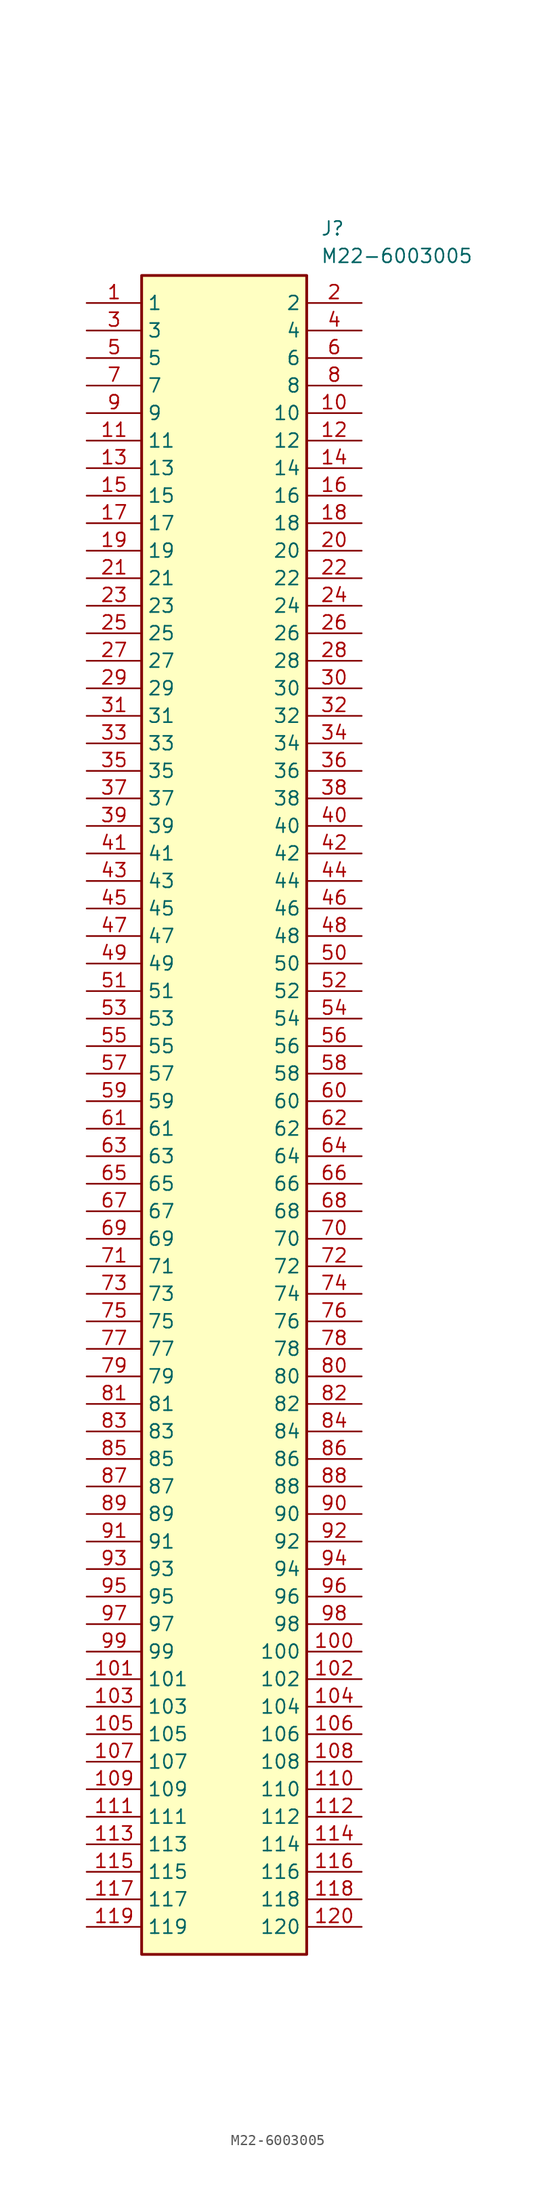
<source format=kicad_sym>
(kicad_symbol_lib
  (version 20211014)
  (generator SamacSys_ECAD_Model)
  (symbol "M22-6003005"
    (property "Reference" "J"
      (at 21.59 7.62 0)
      (effects (font (size 1.27 1.27)) (justify left top)))
    (property "Value" "M22-6003005"
      (at 21.59 5.08 0)
      (effects (font (size 1.27 1.27)) (justify left top)))
    (rectangle
      (start 5.08 2.54)
      (end 20.32 -152.4)
      (stroke (width 0.254) (type default))
      (fill (type background)))
    (pin passive line
      (at 0 0 0)
      (length 5.08)
      (name "1" (effects (font (size 1.27 1.27))))
      (number "1" (effects (font (size 1.27 1.27)))))
    (pin passive line
      (at 0 -2.54 0)
      (length 5.08)
      (name "3" (effects (font (size 1.27 1.27))))
      (number "3" (effects (font (size 1.27 1.27)))))
    (pin passive line
      (at 0 -5.08 0)
      (length 5.08)
      (name "5" (effects (font (size 1.27 1.27))))
      (number "5" (effects (font (size 1.27 1.27)))))
    (pin passive line
      (at 0 -7.62 0)
      (length 5.08)
      (name "7" (effects (font (size 1.27 1.27))))
      (number "7" (effects (font (size 1.27 1.27)))))
    (pin passive line
      (at 0 -10.16 0)
      (length 5.08)
      (name "9" (effects (font (size 1.27 1.27))))
      (number "9" (effects (font (size 1.27 1.27)))))
    (pin passive line
      (at 0 -12.7 0)
      (length 5.08)
      (name "11" (effects (font (size 1.27 1.27))))
      (number "11" (effects (font (size 1.27 1.27)))))
    (pin passive line
      (at 0 -15.24 0)
      (length 5.08)
      (name "13" (effects (font (size 1.27 1.27))))
      (number "13" (effects (font (size 1.27 1.27)))))
    (pin passive line
      (at 0 -17.78 0)
      (length 5.08)
      (name "15" (effects (font (size 1.27 1.27))))
      (number "15" (effects (font (size 1.27 1.27)))))
    (pin passive line
      (at 0 -20.32 0)
      (length 5.08)
      (name "17" (effects (font (size 1.27 1.27))))
      (number "17" (effects (font (size 1.27 1.27)))))
    (pin passive line
      (at 0 -22.86 0)
      (length 5.08)
      (name "19" (effects (font (size 1.27 1.27))))
      (number "19" (effects (font (size 1.27 1.27)))))
    (pin passive line
      (at 0 -25.4 0)
      (length 5.08)
      (name "21" (effects (font (size 1.27 1.27))))
      (number "21" (effects (font (size 1.27 1.27)))))
    (pin passive line
      (at 0 -27.94 0)
      (length 5.08)
      (name "23" (effects (font (size 1.27 1.27))))
      (number "23" (effects (font (size 1.27 1.27)))))
    (pin passive line
      (at 0 -30.48 0)
      (length 5.08)
      (name "25" (effects (font (size 1.27 1.27))))
      (number "25" (effects (font (size 1.27 1.27)))))
    (pin passive line
      (at 0 -33.02 0)
      (length 5.08)
      (name "27" (effects (font (size 1.27 1.27))))
      (number "27" (effects (font (size 1.27 1.27)))))
    (pin passive line
      (at 0 -35.56 0)
      (length 5.08)
      (name "29" (effects (font (size 1.27 1.27))))
      (number "29" (effects (font (size 1.27 1.27)))))
    (pin passive line
      (at 0 -38.1 0)
      (length 5.08)
      (name "31" (effects (font (size 1.27 1.27))))
      (number "31" (effects (font (size 1.27 1.27)))))
    (pin passive line
      (at 0 -40.64 0)
      (length 5.08)
      (name "33" (effects (font (size 1.27 1.27))))
      (number "33" (effects (font (size 1.27 1.27)))))
    (pin passive line
      (at 0 -43.18 0)
      (length 5.08)
      (name "35" (effects (font (size 1.27 1.27))))
      (number "35" (effects (font (size 1.27 1.27)))))
    (pin passive line
      (at 0 -45.72 0)
      (length 5.08)
      (name "37" (effects (font (size 1.27 1.27))))
      (number "37" (effects (font (size 1.27 1.27)))))
    (pin passive line
      (at 0 -48.26 0)
      (length 5.08)
      (name "39" (effects (font (size 1.27 1.27))))
      (number "39" (effects (font (size 1.27 1.27)))))
    (pin passive line
      (at 0 -50.8 0)
      (length 5.08)
      (name "41" (effects (font (size 1.27 1.27))))
      (number "41" (effects (font (size 1.27 1.27)))))
    (pin passive line
      (at 0 -53.34 0)
      (length 5.08)
      (name "43" (effects (font (size 1.27 1.27))))
      (number "43" (effects (font (size 1.27 1.27)))))
    (pin passive line
      (at 0 -55.88 0)
      (length 5.08)
      (name "45" (effects (font (size 1.27 1.27))))
      (number "45" (effects (font (size 1.27 1.27)))))
    (pin passive line
      (at 0 -58.42 0)
      (length 5.08)
      (name "47" (effects (font (size 1.27 1.27))))
      (number "47" (effects (font (size 1.27 1.27)))))
    (pin passive line
      (at 0 -60.96 0)
      (length 5.08)
      (name "49" (effects (font (size 1.27 1.27))))
      (number "49" (effects (font (size 1.27 1.27)))))
    (pin passive line
      (at 0 -63.5 0)
      (length 5.08)
      (name "51" (effects (font (size 1.27 1.27))))
      (number "51" (effects (font (size 1.27 1.27)))))
    (pin passive line
      (at 0 -66.04 0)
      (length 5.08)
      (name "53" (effects (font (size 1.27 1.27))))
      (number "53" (effects (font (size 1.27 1.27)))))
    (pin passive line
      (at 0 -68.58 0)
      (length 5.08)
      (name "55" (effects (font (size 1.27 1.27))))
      (number "55" (effects (font (size 1.27 1.27)))))
    (pin passive line
      (at 0 -71.12 0)
      (length 5.08)
      (name "57" (effects (font (size 1.27 1.27))))
      (number "57" (effects (font (size 1.27 1.27)))))
    (pin passive line
      (at 0 -73.66 0)
      (length 5.08)
      (name "59" (effects (font (size 1.27 1.27))))
      (number "59" (effects (font (size 1.27 1.27)))))
    (pin passive line
      (at 0 -76.2 0)
      (length 5.08)
      (name "61" (effects (font (size 1.27 1.27))))
      (number "61" (effects (font (size 1.27 1.27)))))
    (pin passive line
      (at 0 -78.74 0)
      (length 5.08)
      (name "63" (effects (font (size 1.27 1.27))))
      (number "63" (effects (font (size 1.27 1.27)))))
    (pin passive line
      (at 0 -81.28 0)
      (length 5.08)
      (name "65" (effects (font (size 1.27 1.27))))
      (number "65" (effects (font (size 1.27 1.27)))))
    (pin passive line
      (at 0 -83.82 0)
      (length 5.08)
      (name "67" (effects (font (size 1.27 1.27))))
      (number "67" (effects (font (size 1.27 1.27)))))
    (pin passive line
      (at 0 -86.36 0)
      (length 5.08)
      (name "69" (effects (font (size 1.27 1.27))))
      (number "69" (effects (font (size 1.27 1.27)))))
    (pin passive line
      (at 0 -88.9 0)
      (length 5.08)
      (name "71" (effects (font (size 1.27 1.27))))
      (number "71" (effects (font (size 1.27 1.27)))))
    (pin passive line
      (at 0 -91.44 0)
      (length 5.08)
      (name "73" (effects (font (size 1.27 1.27))))
      (number "73" (effects (font (size 1.27 1.27)))))
    (pin passive line
      (at 0 -93.98 0)
      (length 5.08)
      (name "75" (effects (font (size 1.27 1.27))))
      (number "75" (effects (font (size 1.27 1.27)))))
    (pin passive line
      (at 0 -96.52 0)
      (length 5.08)
      (name "77" (effects (font (size 1.27 1.27))))
      (number "77" (effects (font (size 1.27 1.27)))))
    (pin passive line
      (at 0 -99.06 0)
      (length 5.08)
      (name "79" (effects (font (size 1.27 1.27))))
      (number "79" (effects (font (size 1.27 1.27)))))
    (pin passive line
      (at 0 -101.6 0)
      (length 5.08)
      (name "81" (effects (font (size 1.27 1.27))))
      (number "81" (effects (font (size 1.27 1.27)))))
    (pin passive line
      (at 0 -104.14 0)
      (length 5.08)
      (name "83" (effects (font (size 1.27 1.27))))
      (number "83" (effects (font (size 1.27 1.27)))))
    (pin passive line
      (at 0 -106.68 0)
      (length 5.08)
      (name "85" (effects (font (size 1.27 1.27))))
      (number "85" (effects (font (size 1.27 1.27)))))
    (pin passive line
      (at 0 -109.22 0)
      (length 5.08)
      (name "87" (effects (font (size 1.27 1.27))))
      (number "87" (effects (font (size 1.27 1.27)))))
    (pin passive line
      (at 0 -111.76 0)
      (length 5.08)
      (name "89" (effects (font (size 1.27 1.27))))
      (number "89" (effects (font (size 1.27 1.27)))))
    (pin passive line
      (at 0 -114.3 0)
      (length 5.08)
      (name "91" (effects (font (size 1.27 1.27))))
      (number "91" (effects (font (size 1.27 1.27)))))
    (pin passive line
      (at 0 -116.84 0)
      (length 5.08)
      (name "93" (effects (font (size 1.27 1.27))))
      (number "93" (effects (font (size 1.27 1.27)))))
    (pin passive line
      (at 0 -119.38 0)
      (length 5.08)
      (name "95" (effects (font (size 1.27 1.27))))
      (number "95" (effects (font (size 1.27 1.27)))))
    (pin passive line
      (at 0 -121.92 0)
      (length 5.08)
      (name "97" (effects (font (size 1.27 1.27))))
      (number "97" (effects (font (size 1.27 1.27)))))
    (pin passive line
      (at 0 -124.46 0)
      (length 5.08)
      (name "99" (effects (font (size 1.27 1.27))))
      (number "99" (effects (font (size 1.27 1.27)))))
    (pin passive line
      (at 0 -127 0)
      (length 5.08)
      (name "101" (effects (font (size 1.27 1.27))))
      (number "101" (effects (font (size 1.27 1.27)))))
    (pin passive line
      (at 0 -129.54 0)
      (length 5.08)
      (name "103" (effects (font (size 1.27 1.27))))
      (number "103" (effects (font (size 1.27 1.27)))))
    (pin passive line
      (at 0 -132.08 0)
      (length 5.08)
      (name "105" (effects (font (size 1.27 1.27))))
      (number "105" (effects (font (size 1.27 1.27)))))
    (pin passive line
      (at 0 -134.62 0)
      (length 5.08)
      (name "107" (effects (font (size 1.27 1.27))))
      (number "107" (effects (font (size 1.27 1.27)))))
    (pin passive line
      (at 0 -137.16 0)
      (length 5.08)
      (name "109" (effects (font (size 1.27 1.27))))
      (number "109" (effects (font (size 1.27 1.27)))))
    (pin passive line
      (at 0 -139.7 0)
      (length 5.08)
      (name "111" (effects (font (size 1.27 1.27))))
      (number "111" (effects (font (size 1.27 1.27)))))
    (pin passive line
      (at 0 -142.24 0)
      (length 5.08)
      (name "113" (effects (font (size 1.27 1.27))))
      (number "113" (effects (font (size 1.27 1.27)))))
    (pin passive line
      (at 0 -144.78 0)
      (length 5.08)
      (name "115" (effects (font (size 1.27 1.27))))
      (number "115" (effects (font (size 1.27 1.27)))))
    (pin passive line
      (at 0 -147.32 0)
      (length 5.08)
      (name "117" (effects (font (size 1.27 1.27))))
      (number "117" (effects (font (size 1.27 1.27)))))
    (pin passive line
      (at 0 -149.86 0)
      (length 5.08)
      (name "119" (effects (font (size 1.27 1.27))))
      (number "119" (effects (font (size 1.27 1.27)))))
    (pin passive line
      (at 25.4 0 180)
      (length 5.08)
      (name "2" (effects (font (size 1.27 1.27))))
      (number "2" (effects (font (size 1.27 1.27)))))
    (pin passive line
      (at 25.4 -2.54 180)
      (length 5.08)
      (name "4" (effects (font (size 1.27 1.27))))
      (number "4" (effects (font (size 1.27 1.27)))))
    (pin passive line
      (at 25.4 -5.08 180)
      (length 5.08)
      (name "6" (effects (font (size 1.27 1.27))))
      (number "6" (effects (font (size 1.27 1.27)))))
    (pin passive line
      (at 25.4 -7.62 180)
      (length 5.08)
      (name "8" (effects (font (size 1.27 1.27))))
      (number "8" (effects (font (size 1.27 1.27)))))
    (pin passive line
      (at 25.4 -10.16 180)
      (length 5.08)
      (name "10" (effects (font (size 1.27 1.27))))
      (number "10" (effects (font (size 1.27 1.27)))))
    (pin passive line
      (at 25.4 -12.7 180)
      (length 5.08)
      (name "12" (effects (font (size 1.27 1.27))))
      (number "12" (effects (font (size 1.27 1.27)))))
    (pin passive line
      (at 25.4 -15.24 180)
      (length 5.08)
      (name "14" (effects (font (size 1.27 1.27))))
      (number "14" (effects (font (size 1.27 1.27)))))
    (pin passive line
      (at 25.4 -17.78 180)
      (length 5.08)
      (name "16" (effects (font (size 1.27 1.27))))
      (number "16" (effects (font (size 1.27 1.27)))))
    (pin passive line
      (at 25.4 -20.32 180)
      (length 5.08)
      (name "18" (effects (font (size 1.27 1.27))))
      (number "18" (effects (font (size 1.27 1.27)))))
    (pin passive line
      (at 25.4 -22.86 180)
      (length 5.08)
      (name "20" (effects (font (size 1.27 1.27))))
      (number "20" (effects (font (size 1.27 1.27)))))
    (pin passive line
      (at 25.4 -25.4 180)
      (length 5.08)
      (name "22" (effects (font (size 1.27 1.27))))
      (number "22" (effects (font (size 1.27 1.27)))))
    (pin passive line
      (at 25.4 -27.94 180)
      (length 5.08)
      (name "24" (effects (font (size 1.27 1.27))))
      (number "24" (effects (font (size 1.27 1.27)))))
    (pin passive line
      (at 25.4 -30.48 180)
      (length 5.08)
      (name "26" (effects (font (size 1.27 1.27))))
      (number "26" (effects (font (size 1.27 1.27)))))
    (pin passive line
      (at 25.4 -33.02 180)
      (length 5.08)
      (name "28" (effects (font (size 1.27 1.27))))
      (number "28" (effects (font (size 1.27 1.27)))))
    (pin passive line
      (at 25.4 -35.56 180)
      (length 5.08)
      (name "30" (effects (font (size 1.27 1.27))))
      (number "30" (effects (font (size 1.27 1.27)))))
    (pin passive line
      (at 25.4 -38.1 180)
      (length 5.08)
      (name "32" (effects (font (size 1.27 1.27))))
      (number "32" (effects (font (size 1.27 1.27)))))
    (pin passive line
      (at 25.4 -40.64 180)
      (length 5.08)
      (name "34" (effects (font (size 1.27 1.27))))
      (number "34" (effects (font (size 1.27 1.27)))))
    (pin passive line
      (at 25.4 -43.18 180)
      (length 5.08)
      (name "36" (effects (font (size 1.27 1.27))))
      (number "36" (effects (font (size 1.27 1.27)))))
    (pin passive line
      (at 25.4 -45.72 180)
      (length 5.08)
      (name "38" (effects (font (size 1.27 1.27))))
      (number "38" (effects (font (size 1.27 1.27)))))
    (pin passive line
      (at 25.4 -48.26 180)
      (length 5.08)
      (name "40" (effects (font (size 1.27 1.27))))
      (number "40" (effects (font (size 1.27 1.27)))))
    (pin passive line
      (at 25.4 -50.8 180)
      (length 5.08)
      (name "42" (effects (font (size 1.27 1.27))))
      (number "42" (effects (font (size 1.27 1.27)))))
    (pin passive line
      (at 25.4 -53.34 180)
      (length 5.08)
      (name "44" (effects (font (size 1.27 1.27))))
      (number "44" (effects (font (size 1.27 1.27)))))
    (pin passive line
      (at 25.4 -55.88 180)
      (length 5.08)
      (name "46" (effects (font (size 1.27 1.27))))
      (number "46" (effects (font (size 1.27 1.27)))))
    (pin passive line
      (at 25.4 -58.42 180)
      (length 5.08)
      (name "48" (effects (font (size 1.27 1.27))))
      (number "48" (effects (font (size 1.27 1.27)))))
    (pin passive line
      (at 25.4 -60.96 180)
      (length 5.08)
      (name "50" (effects (font (size 1.27 1.27))))
      (number "50" (effects (font (size 1.27 1.27)))))
    (pin passive line
      (at 25.4 -63.5 180)
      (length 5.08)
      (name "52" (effects (font (size 1.27 1.27))))
      (number "52" (effects (font (size 1.27 1.27)))))
    (pin passive line
      (at 25.4 -66.04 180)
      (length 5.08)
      (name "54" (effects (font (size 1.27 1.27))))
      (number "54" (effects (font (size 1.27 1.27)))))
    (pin passive line
      (at 25.4 -68.58 180)
      (length 5.08)
      (name "56" (effects (font (size 1.27 1.27))))
      (number "56" (effects (font (size 1.27 1.27)))))
    (pin passive line
      (at 25.4 -71.12 180)
      (length 5.08)
      (name "58" (effects (font (size 1.27 1.27))))
      (number "58" (effects (font (size 1.27 1.27)))))
    (pin passive line
      (at 25.4 -73.66 180)
      (length 5.08)
      (name "60" (effects (font (size 1.27 1.27))))
      (number "60" (effects (font (size 1.27 1.27)))))
    (pin passive line
      (at 25.4 -76.2 180)
      (length 5.08)
      (name "62" (effects (font (size 1.27 1.27))))
      (number "62" (effects (font (size 1.27 1.27)))))
    (pin passive line
      (at 25.4 -78.74 180)
      (length 5.08)
      (name "64" (effects (font (size 1.27 1.27))))
      (number "64" (effects (font (size 1.27 1.27)))))
    (pin passive line
      (at 25.4 -81.28 180)
      (length 5.08)
      (name "66" (effects (font (size 1.27 1.27))))
      (number "66" (effects (font (size 1.27 1.27)))))
    (pin passive line
      (at 25.4 -83.82 180)
      (length 5.08)
      (name "68" (effects (font (size 1.27 1.27))))
      (number "68" (effects (font (size 1.27 1.27)))))
    (pin passive line
      (at 25.4 -86.36 180)
      (length 5.08)
      (name "70" (effects (font (size 1.27 1.27))))
      (number "70" (effects (font (size 1.27 1.27)))))
    (pin passive line
      (at 25.4 -88.9 180)
      (length 5.08)
      (name "72" (effects (font (size 1.27 1.27))))
      (number "72" (effects (font (size 1.27 1.27)))))
    (pin passive line
      (at 25.4 -91.44 180)
      (length 5.08)
      (name "74" (effects (font (size 1.27 1.27))))
      (number "74" (effects (font (size 1.27 1.27)))))
    (pin passive line
      (at 25.4 -93.98 180)
      (length 5.08)
      (name "76" (effects (font (size 1.27 1.27))))
      (number "76" (effects (font (size 1.27 1.27)))))
    (pin passive line
      (at 25.4 -96.52 180)
      (length 5.08)
      (name "78" (effects (font (size 1.27 1.27))))
      (number "78" (effects (font (size 1.27 1.27)))))
    (pin passive line
      (at 25.4 -99.06 180)
      (length 5.08)
      (name "80" (effects (font (size 1.27 1.27))))
      (number "80" (effects (font (size 1.27 1.27)))))
    (pin passive line
      (at 25.4 -101.6 180)
      (length 5.08)
      (name "82" (effects (font (size 1.27 1.27))))
      (number "82" (effects (font (size 1.27 1.27)))))
    (pin passive line
      (at 25.4 -104.14 180)
      (length 5.08)
      (name "84" (effects (font (size 1.27 1.27))))
      (number "84" (effects (font (size 1.27 1.27)))))
    (pin passive line
      (at 25.4 -106.68 180)
      (length 5.08)
      (name "86" (effects (font (size 1.27 1.27))))
      (number "86" (effects (font (size 1.27 1.27)))))
    (pin passive line
      (at 25.4 -109.22 180)
      (length 5.08)
      (name "88" (effects (font (size 1.27 1.27))))
      (number "88" (effects (font (size 1.27 1.27)))))
    (pin passive line
      (at 25.4 -111.76 180)
      (length 5.08)
      (name "90" (effects (font (size 1.27 1.27))))
      (number "90" (effects (font (size 1.27 1.27)))))
    (pin passive line
      (at 25.4 -114.3 180)
      (length 5.08)
      (name "92" (effects (font (size 1.27 1.27))))
      (number "92" (effects (font (size 1.27 1.27)))))
    (pin passive line
      (at 25.4 -116.84 180)
      (length 5.08)
      (name "94" (effects (font (size 1.27 1.27))))
      (number "94" (effects (font (size 1.27 1.27)))))
    (pin passive line
      (at 25.4 -119.38 180)
      (length 5.08)
      (name "96" (effects (font (size 1.27 1.27))))
      (number "96" (effects (font (size 1.27 1.27)))))
    (pin passive line
      (at 25.4 -121.92 180)
      (length 5.08)
      (name "98" (effects (font (size 1.27 1.27))))
      (number "98" (effects (font (size 1.27 1.27)))))
    (pin passive line
      (at 25.4 -124.46 180)
      (length 5.08)
      (name "100" (effects (font (size 1.27 1.27))))
      (number "100" (effects (font (size 1.27 1.27)))))
    (pin passive line
      (at 25.4 -127 180)
      (length 5.08)
      (name "102" (effects (font (size 1.27 1.27))))
      (number "102" (effects (font (size 1.27 1.27)))))
    (pin passive line
      (at 25.4 -129.54 180)
      (length 5.08)
      (name "104" (effects (font (size 1.27 1.27))))
      (number "104" (effects (font (size 1.27 1.27)))))
    (pin passive line
      (at 25.4 -132.08 180)
      (length 5.08)
      (name "106" (effects (font (size 1.27 1.27))))
      (number "106" (effects (font (size 1.27 1.27)))))
    (pin passive line
      (at 25.4 -134.62 180)
      (length 5.08)
      (name "108" (effects (font (size 1.27 1.27))))
      (number "108" (effects (font (size 1.27 1.27)))))
    (pin passive line
      (at 25.4 -137.16 180)
      (length 5.08)
      (name "110" (effects (font (size 1.27 1.27))))
      (number "110" (effects (font (size 1.27 1.27)))))
    (pin passive line
      (at 25.4 -139.7 180)
      (length 5.08)
      (name "112" (effects (font (size 1.27 1.27))))
      (number "112" (effects (font (size 1.27 1.27)))))
    (pin passive line
      (at 25.4 -142.24 180)
      (length 5.08)
      (name "114" (effects (font (size 1.27 1.27))))
      (number "114" (effects (font (size 1.27 1.27)))))
    (pin passive line
      (at 25.4 -144.78 180)
      (length 5.08)
      (name "116" (effects (font (size 1.27 1.27))))
      (number "116" (effects (font (size 1.27 1.27)))))
    (pin passive line
      (at 25.4 -147.32 180)
      (length 5.08)
      (name "118" (effects (font (size 1.27 1.27))))
      (number "118" (effects (font (size 1.27 1.27)))))
    (pin passive line
      (at 25.4 -149.86 180)
      (length 5.08)
      (name "120" (effects (font (size 1.27 1.27))))
      (number "120" (effects (font (size 1.27 1.27)))))))
</source>
